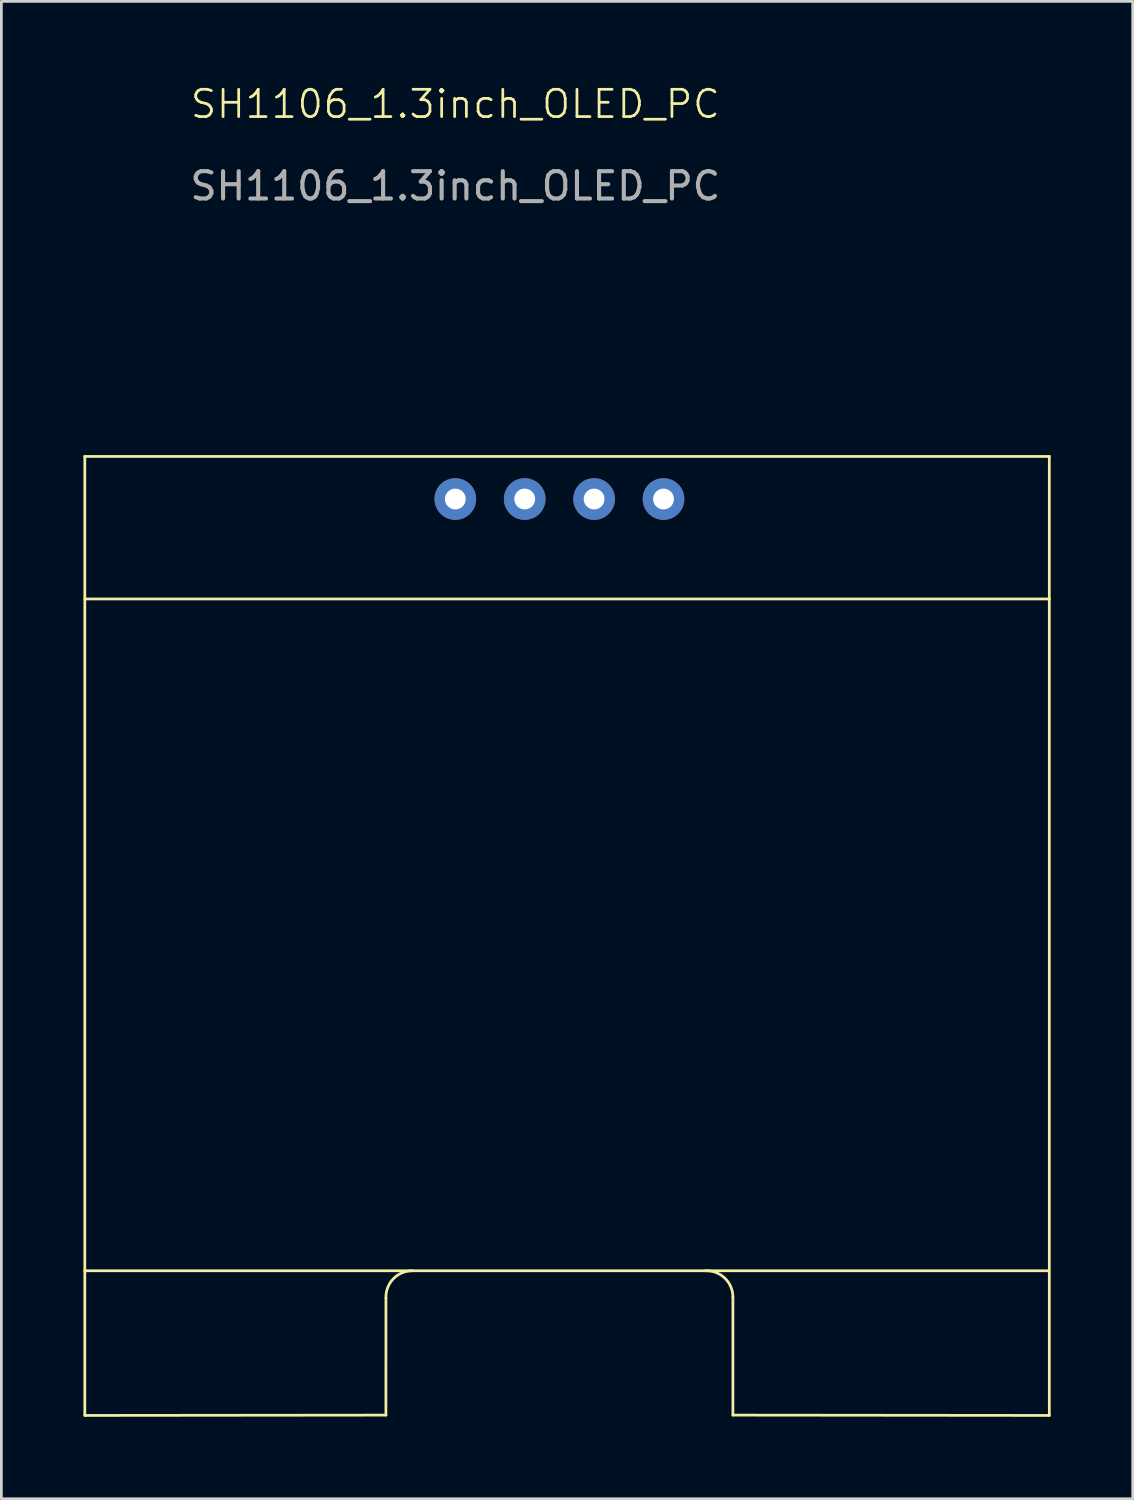
<source format=kicad_pcb>
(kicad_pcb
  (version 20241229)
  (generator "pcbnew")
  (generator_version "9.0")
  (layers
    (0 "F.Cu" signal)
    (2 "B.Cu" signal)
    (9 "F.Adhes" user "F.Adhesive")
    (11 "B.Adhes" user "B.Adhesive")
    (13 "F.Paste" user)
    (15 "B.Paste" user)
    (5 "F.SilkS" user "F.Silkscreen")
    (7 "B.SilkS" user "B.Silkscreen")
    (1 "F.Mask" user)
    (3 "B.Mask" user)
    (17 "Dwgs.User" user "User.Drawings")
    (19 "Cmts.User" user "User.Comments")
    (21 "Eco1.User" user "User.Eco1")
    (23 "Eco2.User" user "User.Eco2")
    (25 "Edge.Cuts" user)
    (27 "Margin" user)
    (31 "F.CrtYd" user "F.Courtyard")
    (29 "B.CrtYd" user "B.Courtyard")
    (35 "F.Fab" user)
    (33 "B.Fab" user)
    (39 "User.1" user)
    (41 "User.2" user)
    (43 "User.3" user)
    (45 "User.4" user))
  (footprint "SH1106_1.3inch_OLED_PC"
    (layer "F.Cu")
    (at 17.678 31.216)
    (property "Reference" "SH1106_1.3inch_OLED_PC" (at -4.064 -30.456 0) (unlocked yes) (layer "F.SilkS") (effects (font (size 1 1) (thickness 0.1))))
    (attr through_hole)
    (fp_line (start -17.628 12.243) (end 17.651 12.243) (stroke (width 0.1) (type default)) (layer "F.SilkS"))
    (fp_line (start -17.624 -17.562) (end -17.624 17.538) (stroke (width 0.1) (type default)) (layer "F.SilkS"))
    (fp_line (start -17.624 -17.562) (end 17.676 -17.562) (stroke (width 0.1) (type default)) (layer "F.SilkS"))
    (fp_line (start -17.624 -12.344) (end 17.678 -12.344) (stroke (width 0.1) (type default)) (layer "F.SilkS"))
    (fp_line (start -17.624 17.538) (end -6.604 17.526) (stroke (width 0.1) (type default)) (layer "F.SilkS"))
    (fp_line (start -6.603 13.254) (end -6.604 17.526) (stroke (width 0.1) (type default)) (layer "F.SilkS"))
    (fp_line (start 6.096 17.526) (end 6.096 13.208) (stroke (width 0.1) (type default)) (layer "F.SilkS"))
    (fp_line (start 6.096 17.526) (end 17.676 17.538) (stroke (width 0.1) (type default)) (layer "F.SilkS"))
    (fp_line (start 17.676 -17.562) (end 17.676 17.538) (stroke (width 0.1) (type default)) (layer "F.SilkS"))
    (fp_arc (start -6.602908 13.25391) (mid -6.337343 12.54193) (end -5.6388 12.2428) (stroke (width 0.1) (type default)) (layer "F.SilkS"))
    (fp_arc (start 5.08489 12.243892) (mid 5.79687 12.509457) (end 6.095999 13.208) (stroke (width 0.1) (type default)) (layer "F.SilkS"))
    (fp_text user "${REFERENCE}" (at -4.064 -27.456 0) (unlocked yes) (layer "F.Fab") (effects (font (size 1 1) (thickness 0.15))))
    (pad "1" thru_hole circle (at -4.064 -16.002) (size 1.524 1.524) (drill 0.762) (layers "*.Cu" "*.Mask"))
    (pad "2" thru_hole circle (at -1.524 -16.002) (size 1.524 1.524) (drill 0.762) (layers "*.Cu" "*.Mask"))
    (pad "3" thru_hole circle (at 1.016 -16.002) (size 1.524 1.524) (drill 0.762) (layers "*.Cu" "*.Mask"))
    (pad "4" thru_hole circle (at 3.556 -16.002) (size 1.524 1.524) (drill 0.762) (layers "*.Cu" "*.Mask")))
  (gr_rect
    (start -3 -3)
    (end 38.406 51.804)
    (stroke (width 0.1) (type default))
    (fill no)
    (layer "Edge.Cuts")))
</source>
